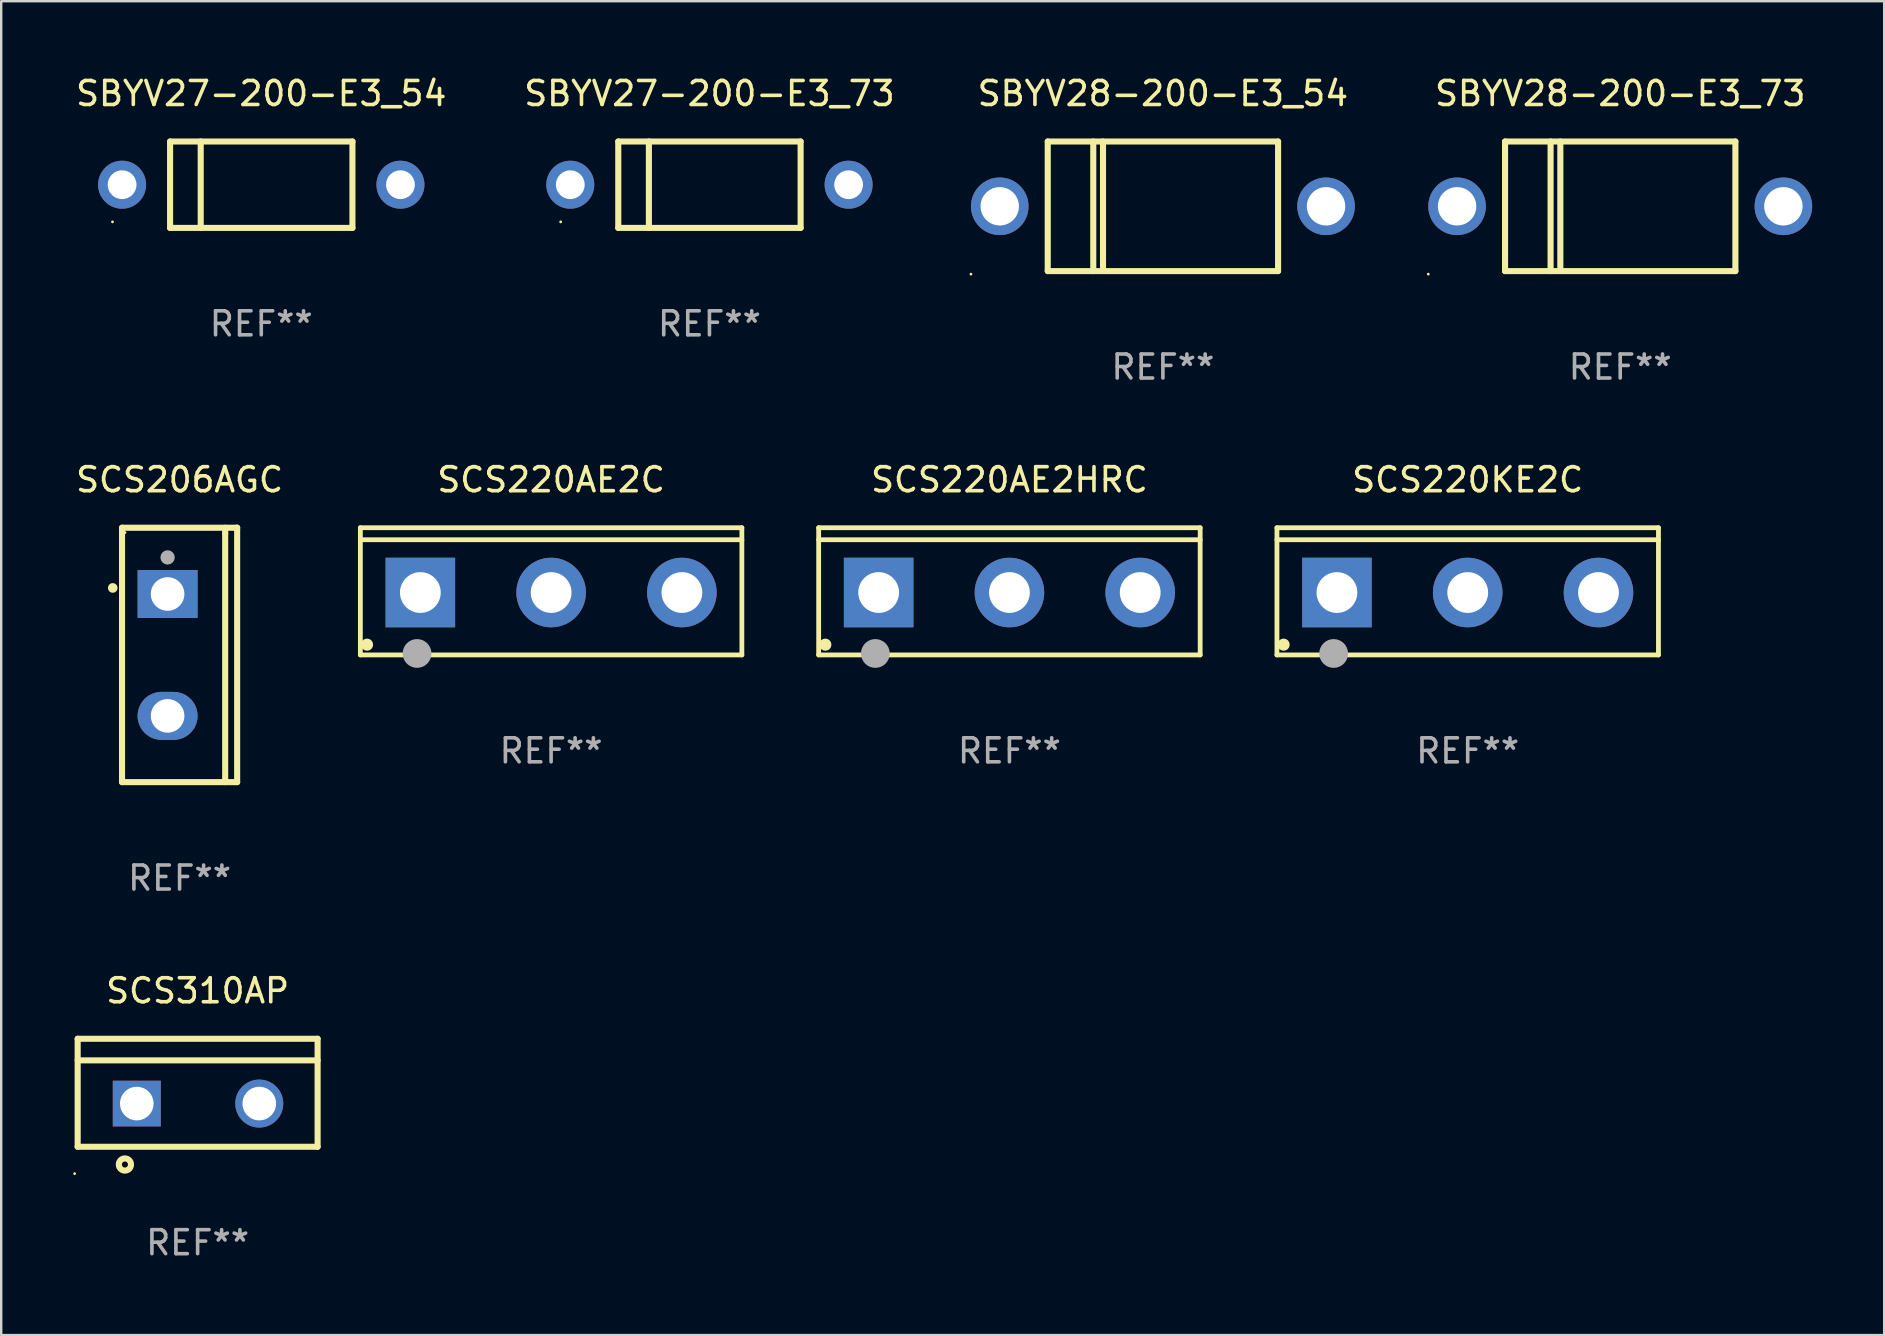
<source format=kicad_pcb>
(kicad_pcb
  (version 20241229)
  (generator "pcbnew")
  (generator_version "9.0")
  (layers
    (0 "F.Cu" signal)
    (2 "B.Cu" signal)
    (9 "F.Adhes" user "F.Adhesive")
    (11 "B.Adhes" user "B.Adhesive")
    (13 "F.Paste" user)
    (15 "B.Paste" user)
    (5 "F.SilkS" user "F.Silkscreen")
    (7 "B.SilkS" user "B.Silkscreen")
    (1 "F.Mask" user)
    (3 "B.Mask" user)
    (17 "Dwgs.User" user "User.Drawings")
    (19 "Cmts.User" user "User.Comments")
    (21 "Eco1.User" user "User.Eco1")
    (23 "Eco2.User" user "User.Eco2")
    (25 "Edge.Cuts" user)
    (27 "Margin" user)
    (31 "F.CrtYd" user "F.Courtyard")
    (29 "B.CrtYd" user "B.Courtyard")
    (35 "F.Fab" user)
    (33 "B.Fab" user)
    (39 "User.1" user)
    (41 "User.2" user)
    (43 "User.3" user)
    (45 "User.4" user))
  (footprint "SBYV27-200-E3_54"
    (layer "F.Cu")
    (at 7.839 4.648)
    (property "Reference" "SBYV27-200-E3_54" (at 0 -3.8 0) (layer "F.SilkS") (effects (font (size 1 1) (thickness 0.15))))
    (attr through_hole)
    (fp_line (start -3.8 -1.8) (end -3.8 1.8) (stroke (width 0.254) (type solid)) (layer "F.SilkS"))
    (fp_line (start -3.8 -1.8) (end 3.8 -1.8) (stroke (width 0.254) (type solid)) (layer "F.SilkS"))
    (fp_line (start -3.8 1.8) (end 3.8 1.8) (stroke (width 0.254) (type solid)) (layer "F.SilkS"))
    (fp_line (start -2.524 -1.8) (end -2.524 1.8) (stroke (width 0.254) (type solid)) (layer "F.SilkS"))
    (fp_line (start 3.8 -1.8) (end 3.8 1.8) (stroke (width 0.254) (type solid)) (layer "F.SilkS"))
    (fp_circle (center -6.2 1.55) (end -6.17 1.55) (stroke (width 0.06) (type solid)) (fill no) (layer "F.SilkS"))
    (fp_text user "REF**" (at 0 5.8 0) (layer "F.Fab") (effects (font (size 1 1) (thickness 0.15))))
    (pad "1" thru_hole circle (at -5.8 0) (size 2 2) (drill 1.2) (layers "*.Cu" "*.Mask"))
    (pad "2" thru_hole circle (at 5.8 0) (size 2 2) (drill 1.2) (layers "*.Cu" "*.Mask")))
  (footprint "SCS310AP"
    (layer "F.Cu")
    (at 5.187 42.494)
    (property "Reference" "SCS310AP" (at 0 -4.25 0) (layer "F.SilkS") (effects (font (size 1 1) (thickness 0.15))))
    (attr through_hole)
    (fp_line (start -5 -2.25) (end 5 -2.25) (stroke (width 0.254) (type solid)) (layer "F.SilkS"))
    (fp_line (start -5 -1.351) (end 5 -1.351) (stroke (width 0.254) (type solid)) (layer "F.SilkS"))
    (fp_line (start -5 2.25) (end -5 -2.25) (stroke (width 0.254) (type solid)) (layer "F.SilkS"))
    (fp_line (start -5 2.25) (end 5 2.25) (stroke (width 0.254) (type solid)) (layer "F.SilkS"))
    (fp_line (start 5 2.25) (end 5 -2.25) (stroke (width 0.254) (type solid)) (layer "F.SilkS"))
    (fp_circle (center -5.127 3.371) (end -5.097 3.371) (stroke (width 0.06) (type solid)) (fill no) (layer "F.SilkS"))
    (fp_circle (center -3.031 2.99) (end -2.777 2.99) (stroke (width 0.254) (type solid)) (fill no) (layer "F.SilkS"))
    (fp_text user "REF**" (at 0 6.25 0) (layer "F.Fab") (effects (font (size 1 1) (thickness 0.15))))
    (pad "2" thru_hole rect (at -2.536 0.45 90) (size 1.905 2) (drill 1.4) (layers "*.Cu" "*.Mask"))
    (pad "3" thru_hole circle (at 2.569 0.45) (size 2 2) (drill 1.4) (layers "*.Cu" "*.Mask")))
  (footprint "SCS206AGC"
    (layer "F.Cu")
    (at 4.435 24.246)
    (property "Reference" "SCS206AGC" (at 0 -7.301 0) (layer "F.SilkS") (effects (font (size 1 1) (thickness 0.15))))
    (attr through_hole)
    (fp_line (start -2.399 -5.301) (end 2.394 -5.301) (stroke (width 0.254) (type solid)) (layer "F.SilkS"))
    (fp_line (start -2.399 5.301) (end -2.399 -5.301) (stroke (width 0.254) (type solid)) (layer "F.SilkS"))
    (fp_line (start 1.9 -5.061) (end 1.9 -5.3) (stroke (width 0.254) (type solid)) (layer "F.SilkS"))
    (fp_line (start 1.9 5.3) (end 1.9 -5.061) (stroke (width 0.254) (type solid)) (layer "F.SilkS"))
    (fp_line (start 2.394 -5.301) (end 2.399 -5.301) (stroke (width 0.254) (type solid)) (layer "F.SilkS"))
    (fp_line (start 2.399 -5.301) (end 2.399 5.301) (stroke (width 0.254) (type solid)) (layer "F.SilkS"))
    (fp_line (start 2.399 5.301) (end -2.399 5.301) (stroke (width 0.254) (type solid)) (layer "F.SilkS"))
    (fp_arc (start -2.786043 -2.791466) (mid -2.786047 -2.792736) (end -2.786043 -2.794006) (stroke (width 0.4) (type solid)) (layer "F.SilkS"))
    (fp_circle (center -2.275 -5.1) (end -2.245 -5.1) (stroke (width 0.06) (type solid)) (fill no) (layer "F.SilkS"))
    (fp_circle (center -0.5 -4.064) (end -0.35 -4.064) (stroke (width 0.3) (type solid)) (fill no) (layer "F.Fab"))
    (fp_text user "REF**" (at 0 9.301 0) (layer "F.Fab") (effects (font (size 1 1) (thickness 0.15))))
    (pad "1" thru_hole rect (at -0.5 -2.54 270) (size 2 2.5) (drill 1.4) (layers "*.Cu" "*.Mask"))
    (pad "3" thru_hole oval (at -0.5 2.54 270) (size 2 2.5) (drill 1.4) (layers "*.Cu" "*.Mask")))
  (footprint "SBYV27-200-E3_73"
    (layer "F.Cu")
    (at 26.518 4.648)
    (property "Reference" "SBYV27-200-E3_73" (at 0 -3.8 0) (layer "F.SilkS") (effects (font (size 1 1) (thickness 0.15))))
    (attr through_hole)
    (fp_line (start -3.8 -1.8) (end -3.8 1.8) (stroke (width 0.254) (type solid)) (layer "F.SilkS"))
    (fp_line (start -3.8 -1.8) (end 3.8 -1.8) (stroke (width 0.254) (type solid)) (layer "F.SilkS"))
    (fp_line (start -3.8 1.8) (end 3.8 1.8) (stroke (width 0.254) (type solid)) (layer "F.SilkS"))
    (fp_line (start -2.524 -1.8) (end -2.524 1.8) (stroke (width 0.254) (type solid)) (layer "F.SilkS"))
    (fp_line (start 3.8 -1.8) (end 3.8 1.8) (stroke (width 0.254) (type solid)) (layer "F.SilkS"))
    (fp_circle (center -6.2 1.55) (end -6.17 1.55) (stroke (width 0.06) (type solid)) (fill no) (layer "F.SilkS"))
    (fp_text user "REF**" (at 0 5.8 0) (layer "F.Fab") (effects (font (size 1 1) (thickness 0.15))))
    (pad "1" thru_hole circle (at -5.8 0) (size 2 2) (drill 1.2) (layers "*.Cu" "*.Mask"))
    (pad "2" thru_hole circle (at 5.8 0) (size 2 2) (drill 1.2) (layers "*.Cu" "*.Mask")))
  (footprint "SBYV28-200-E3_54"
    (layer "F.Cu")
    (at 45.417 5.548)
    (property "Reference" "SBYV28-200-E3_54" (at 0 -4.7 0) (layer "F.SilkS") (effects (font (size 1 1) (thickness 0.15))))
    (attr through_hole)
    (fp_line (start -4.8 -2.7) (end -4.8 2.7) (stroke (width 0.254) (type solid)) (layer "F.SilkS"))
    (fp_line (start -4.8 -2.7) (end 4.8 -2.7) (stroke (width 0.254) (type solid)) (layer "F.SilkS"))
    (fp_line (start -2.902 -2.7) (end -2.902 2.7) (stroke (width 0.254) (type solid)) (layer "F.SilkS"))
    (fp_line (start -2.496 -2.7) (end -2.496 2.54) (stroke (width 0.254) (type solid)) (layer "F.SilkS"))
    (fp_line (start 4.8 -2.7) (end 4.8 2.7) (stroke (width 0.254) (type solid)) (layer "F.SilkS"))
    (fp_line (start 4.8 2.7) (end -4.8 2.7) (stroke (width 0.254) (type solid)) (layer "F.SilkS"))
    (fp_circle (center -8 2.827) (end -7.97 2.827) (stroke (width 0.06) (type solid)) (fill no) (layer "F.SilkS"))
    (fp_text user "REF**" (at 0 6.7 0) (layer "F.Fab") (effects (font (size 1 1) (thickness 0.15))))
    (pad "1" thru_hole circle (at -6.8 0) (size 2.4 2.4) (drill 1.6) (layers "*.Cu" "*.Mask"))
    (pad "2" thru_hole circle (at 6.8 0) (size 2.4 2.4) (drill 1.6) (layers "*.Cu" "*.Mask")))
  (footprint "SCS220AE2HRC"
    (layer "F.Cu")
    (at 39.02 21.595)
    (property "Reference" "SCS220AE2HRC" (at 0 -4.65 0) (layer "F.SilkS") (effects (font (size 1 1) (thickness 0.15))))
    (attr through_hole)
    (fp_line (start -7.95 -2.65) (end -7.95 2.65) (stroke (width 0.2) (type solid)) (layer "F.SilkS"))
    (fp_line (start -7.95 -2.15) (end 7.95 -2.15) (stroke (width 0.2) (type solid)) (layer "F.SilkS"))
    (fp_line (start -7.95 2.65) (end 7.95 2.65) (stroke (width 0.2) (type solid)) (layer "F.SilkS"))
    (fp_line (start 7.95 -2.65) (end -7.95 -2.65) (stroke (width 0.2) (type solid)) (layer "F.SilkS"))
    (fp_line (start 7.95 2.65) (end 7.95 -2.65) (stroke (width 0.2) (type solid)) (layer "F.SilkS"))
    (fp_circle (center -7.672 2.223) (end -7.545 2.223) (stroke (width 0.254) (type solid)) (fill no) (layer "F.SilkS"))
    (fp_circle (center -5.587 2.59) (end -5.287 2.59) (stroke (width 0.6) (type solid)) (fill no) (layer "F.Fab"))
    (fp_text user "REF**" (at 0 6.65 0) (layer "F.Fab") (effects (font (size 1 1) (thickness 0.15))))
    (pad "1" thru_hole rect (at -5.45 0.05) (size 2.9 2.9) (drill 1.7) (layers "*.Cu" "*.Mask"))
    (pad "2" thru_hole circle (at 0.001 0.05) (size 2.9 2.9) (drill 1.7) (layers "*.Cu" "*.Mask"))
    (pad "3" thru_hole circle (at 5.451 0.05) (size 2.9 2.9) (drill 1.7) (layers "*.Cu" "*.Mask")))
  (footprint "SCS220KE2C"
    (layer "F.Cu")
    (at 58.12 21.595)
    (property "Reference" "SCS220KE2C" (at 0 -4.65 0) (layer "F.SilkS") (effects (font (size 1 1) (thickness 0.15))))
    (attr through_hole)
    (fp_line (start -7.95 -2.65) (end -7.95 2.65) (stroke (width 0.2) (type solid)) (layer "F.SilkS"))
    (fp_line (start -7.95 -2.15) (end 7.95 -2.15) (stroke (width 0.2) (type solid)) (layer "F.SilkS"))
    (fp_line (start -7.95 2.65) (end 7.95 2.65) (stroke (width 0.2) (type solid)) (layer "F.SilkS"))
    (fp_line (start 7.95 -2.65) (end -7.95 -2.65) (stroke (width 0.2) (type solid)) (layer "F.SilkS"))
    (fp_line (start 7.95 2.65) (end 7.95 -2.65) (stroke (width 0.2) (type solid)) (layer "F.SilkS"))
    (fp_circle (center -7.672 2.223) (end -7.545 2.223) (stroke (width 0.254) (type solid)) (fill no) (layer "F.SilkS"))
    (fp_circle (center -5.587 2.59) (end -5.287 2.59) (stroke (width 0.6) (type solid)) (fill no) (layer "F.Fab"))
    (fp_text user "REF**" (at 0 6.65 0) (layer "F.Fab") (effects (font (size 1 1) (thickness 0.15))))
    (pad "1" thru_hole rect (at -5.45 0.05) (size 2.9 2.9) (drill 1.7) (layers "*.Cu" "*.Mask"))
    (pad "2" thru_hole circle (at 0.001 0.05) (size 2.9 2.9) (drill 1.7) (layers "*.Cu" "*.Mask"))
    (pad "3" thru_hole circle (at 5.451 0.05) (size 2.9 2.9) (drill 1.7) (layers "*.Cu" "*.Mask")))
  (footprint "SBYV28-200-E3_73"
    (layer "F.Cu")
    (at 64.477 5.548)
    (property "Reference" "SBYV28-200-E3_73" (at 0 -4.7 0) (layer "F.SilkS") (effects (font (size 1 1) (thickness 0.15))))
    (attr through_hole)
    (fp_line (start -4.8 -2.7) (end -4.8 2.7) (stroke (width 0.254) (type solid)) (layer "F.SilkS"))
    (fp_line (start -4.8 -2.7) (end 4.8 -2.7) (stroke (width 0.254) (type solid)) (layer "F.SilkS"))
    (fp_line (start -2.902 -2.7) (end -2.902 2.7) (stroke (width 0.254) (type solid)) (layer "F.SilkS"))
    (fp_line (start -2.496 -2.7) (end -2.496 2.54) (stroke (width 0.254) (type solid)) (layer "F.SilkS"))
    (fp_line (start 4.8 -2.7) (end 4.8 2.7) (stroke (width 0.254) (type solid)) (layer "F.SilkS"))
    (fp_line (start 4.8 2.7) (end -4.8 2.7) (stroke (width 0.254) (type solid)) (layer "F.SilkS"))
    (fp_circle (center -8 2.827) (end -7.97 2.827) (stroke (width 0.06) (type solid)) (fill no) (layer "F.SilkS"))
    (fp_text user "REF**" (at 0 6.7 0) (layer "F.Fab") (effects (font (size 1 1) (thickness 0.15))))
    (pad "1" thru_hole circle (at -6.8 0) (size 2.4 2.4) (drill 1.6) (layers "*.Cu" "*.Mask"))
    (pad "2" thru_hole circle (at 6.8 0) (size 2.4 2.4) (drill 1.6) (layers "*.Cu" "*.Mask")))
  (footprint "SCS220AE2C"
    (layer "F.Cu")
    (at 19.919 21.595)
    (property "Reference" "SCS220AE2C" (at 0 -4.65 0) (layer "F.SilkS") (effects (font (size 1 1) (thickness 0.15))))
    (attr through_hole)
    (fp_line (start -7.95 -2.65) (end -7.95 2.65) (stroke (width 0.2) (type solid)) (layer "F.SilkS"))
    (fp_line (start -7.95 -2.15) (end 7.95 -2.15) (stroke (width 0.2) (type solid)) (layer "F.SilkS"))
    (fp_line (start -7.95 2.65) (end 7.95 2.65) (stroke (width 0.2) (type solid)) (layer "F.SilkS"))
    (fp_line (start 7.95 -2.65) (end -7.95 -2.65) (stroke (width 0.2) (type solid)) (layer "F.SilkS"))
    (fp_line (start 7.95 2.65) (end 7.95 -2.65) (stroke (width 0.2) (type solid)) (layer "F.SilkS"))
    (fp_circle (center -7.672 2.223) (end -7.545 2.223) (stroke (width 0.254) (type solid)) (fill no) (layer "F.SilkS"))
    (fp_circle (center -5.587 2.59) (end -5.287 2.59) (stroke (width 0.6) (type solid)) (fill no) (layer "F.Fab"))
    (fp_text user "REF**" (at 0 6.65 0) (layer "F.Fab") (effects (font (size 1 1) (thickness 0.15))))
    (pad "1" thru_hole rect (at -5.45 0.05) (size 2.9 2.9) (drill 1.7) (layers "*.Cu" "*.Mask"))
    (pad "2" thru_hole circle (at 0.001 0.05) (size 2.9 2.9) (drill 1.7) (layers "*.Cu" "*.Mask"))
    (pad "3" thru_hole circle (at 5.451 0.05) (size 2.9 2.9) (drill 1.7) (layers "*.Cu" "*.Mask")))
  (gr_rect
    (start -3 -3)
    (end 75.478 52.592)
    (stroke (width 0.1) (type default))
    (fill no)
    (layer "Edge.Cuts")))
</source>
